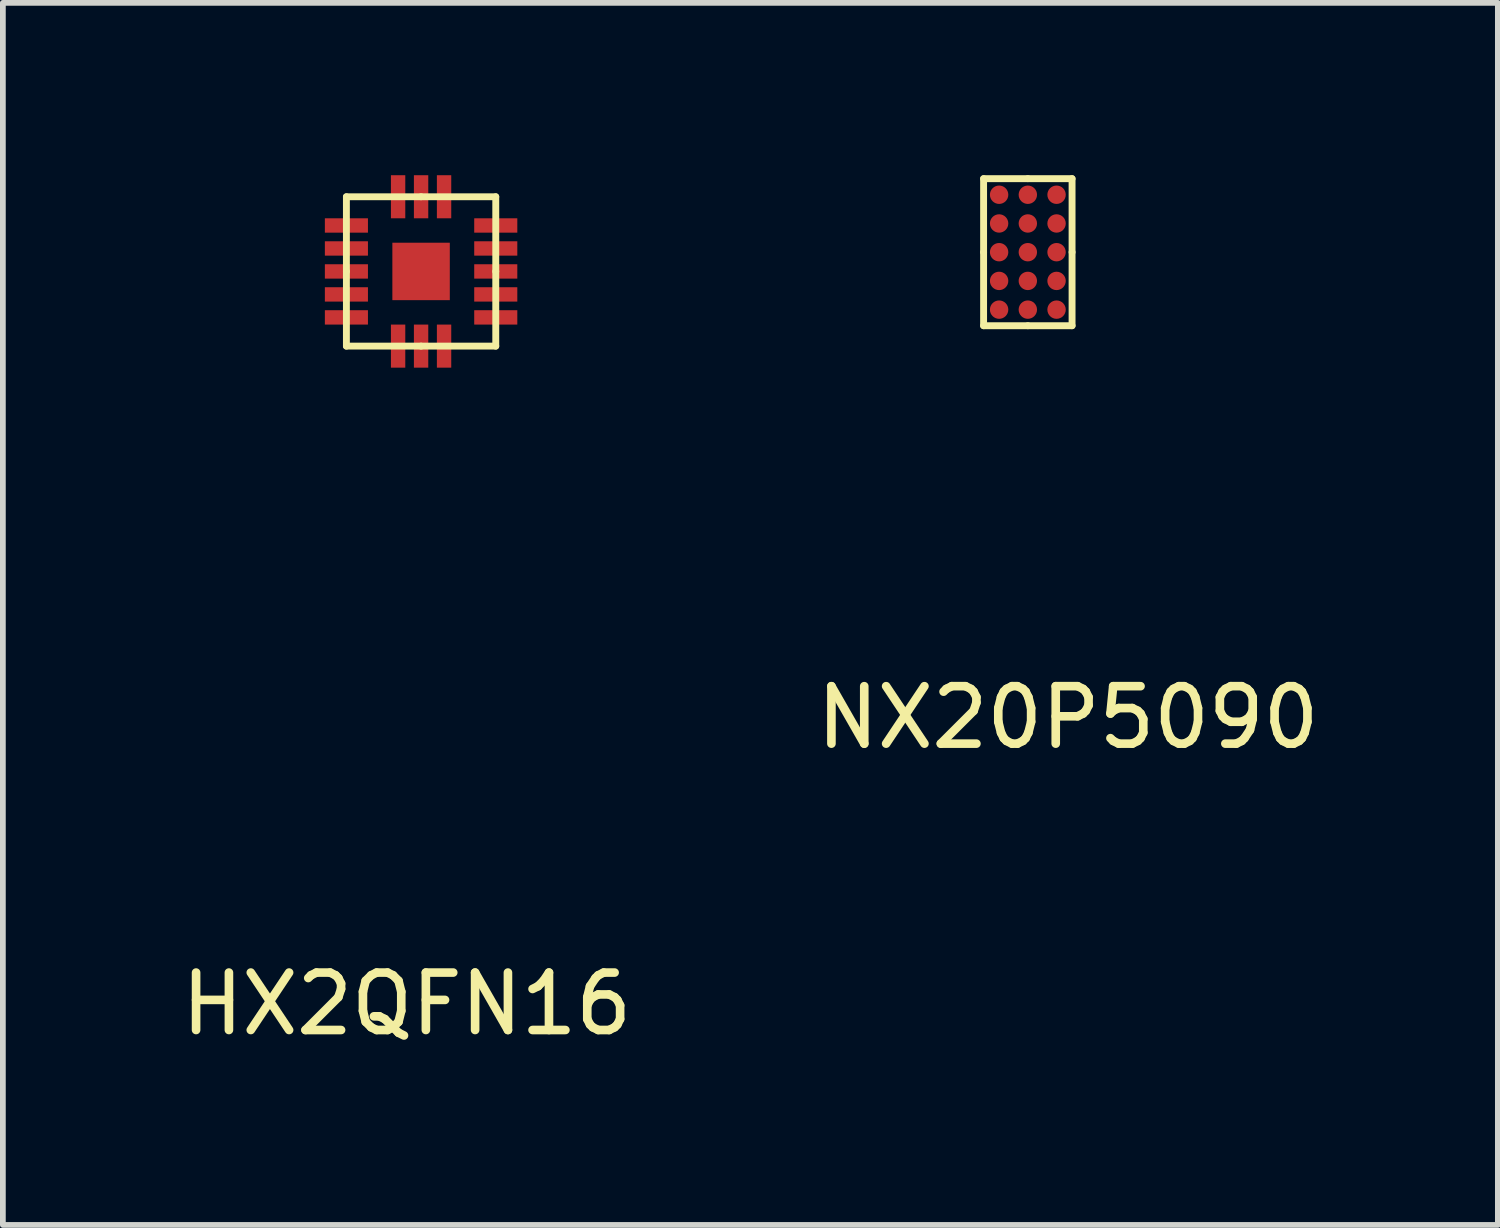
<source format=kicad_pcb>
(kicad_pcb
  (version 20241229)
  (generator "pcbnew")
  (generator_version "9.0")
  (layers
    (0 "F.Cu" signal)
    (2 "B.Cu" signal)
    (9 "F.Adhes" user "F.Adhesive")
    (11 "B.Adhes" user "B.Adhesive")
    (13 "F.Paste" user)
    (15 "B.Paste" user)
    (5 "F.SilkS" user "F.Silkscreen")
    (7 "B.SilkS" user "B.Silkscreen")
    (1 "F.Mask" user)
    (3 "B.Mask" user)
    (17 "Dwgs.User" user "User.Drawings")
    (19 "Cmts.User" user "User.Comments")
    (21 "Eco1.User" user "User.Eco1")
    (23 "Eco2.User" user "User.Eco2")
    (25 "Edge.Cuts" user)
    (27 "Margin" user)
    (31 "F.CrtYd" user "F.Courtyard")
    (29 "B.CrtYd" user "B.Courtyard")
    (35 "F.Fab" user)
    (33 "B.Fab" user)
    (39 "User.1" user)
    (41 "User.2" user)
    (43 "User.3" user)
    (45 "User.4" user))
  (footprint "NX20P5090"
    (layer "F.Cu")
    (at 14.842 1.34)
    (property "Reference" "NX20P5090" (at 0.7 8.1 0) (layer "F.SilkS") (effects (font (size 1 1) (thickness 0.15))))
    (attr through_hole)
    (fp_line (start -0.77 0) (end -0.77 -1.28) (stroke (width 0.12) (type solid)) (layer "F.SilkS"))
    (fp_line (start -0.77 0) (end -0.77 1.28) (stroke (width 0.12) (type solid)) (layer "F.SilkS"))
    (fp_line (start 0 -1.28) (end -0.77 -1.28) (stroke (width 0.12) (type solid)) (layer "F.SilkS"))
    (fp_line (start 0 -1.28) (end 0.77 -1.28) (stroke (width 0.12) (type solid)) (layer "F.SilkS"))
    (fp_line (start 0 1.28) (end -0.77 1.28) (stroke (width 0.12) (type solid)) (layer "F.SilkS"))
    (fp_line (start 0 1.28) (end 0.77 1.28) (stroke (width 0.12) (type solid)) (layer "F.SilkS"))
    (fp_line (start 0.77 0) (end 0.77 -1.28) (stroke (width 0.12) (type solid)) (layer "F.SilkS"))
    (fp_line (start 0.77 0) (end 0.77 1.28) (stroke (width 0.12) (type solid)) (layer "F.SilkS"))
    (pad "A1" smd circle (at -0.5 1) (size 0.32 0.32) (layers "F.Cu" "F.Mask" "F.Paste"))
    (pad "A2" smd circle (at 0 1) (size 0.32 0.32) (layers "F.Cu" "F.Mask" "F.Paste"))
    (pad "A3" smd circle (at 0.5 1) (size 0.32 0.32) (layers "F.Cu" "F.Mask" "F.Paste"))
    (pad "B1" smd circle (at -0.5 0.5) (size 0.32 0.32) (layers "F.Cu" "F.Mask" "F.Paste"))
    (pad "B2" smd circle (at 0 0.5) (size 0.32 0.32) (layers "F.Cu" "F.Mask" "F.Paste"))
    (pad "B3" smd circle (at 0.5 0.5) (size 0.32 0.32) (layers "F.Cu" "F.Mask" "F.Paste"))
    (pad "C1" smd circle (at -0.5 0) (size 0.32 0.32) (layers "F.Cu" "F.Mask" "F.Paste"))
    (pad "C2" smd circle (at 0 0) (size 0.32 0.32) (layers "F.Cu" "F.Mask" "F.Paste"))
    (pad "C3" smd circle (at 0.5 0) (size 0.32 0.32) (layers "F.Cu" "F.Mask" "F.Paste"))
    (pad "D1" smd circle (at -0.5 -0.5) (size 0.32 0.32) (layers "F.Cu" "F.Mask" "F.Paste"))
    (pad "D2" smd circle (at 0 -0.5) (size 0.32 0.32) (layers "F.Cu" "F.Mask" "F.Paste"))
    (pad "D3" smd circle (at 0.5 -0.5) (size 0.32 0.32) (layers "F.Cu" "F.Mask" "F.Paste"))
    (pad "E1" smd circle (at -0.5 -1) (size 0.32 0.32) (layers "F.Cu" "F.Mask" "F.Paste"))
    (pad "E2" smd circle (at 0 -1) (size 0.32 0.32) (layers "F.Cu" "F.Mask" "F.Paste"))
    (pad "E3" smd circle (at 0.5 -1) (size 0.32 0.32) (layers "F.Cu" "F.Mask" "F.Paste")))
  (footprint "HX2QFN16"
    (layer "F.Cu")
    (at 4.28 1.675)
    (property "Reference" "HX2QFN16" (at -0.25 12.75 0) (layer "F.SilkS") (effects (font (size 1 1) (thickness 0.15))))
    (attr through_hole)
    (fp_line (start -1.3 -1.3) (end 0 -1.3) (stroke (width 0.12) (type solid)) (layer "F.SilkS"))
    (fp_line (start -1.3 0) (end -1.3 -1.3) (stroke (width 0.12) (type solid)) (layer "F.SilkS"))
    (fp_line (start -1.3 0) (end -1.3 1.3) (stroke (width 0.12) (type solid)) (layer "F.SilkS"))
    (fp_line (start 0 -1.3) (end 1.3 -1.3) (stroke (width 0.12) (type solid)) (layer "F.SilkS"))
    (fp_line (start 0 1.3) (end -1.3 1.3) (stroke (width 0.12) (type solid)) (layer "F.SilkS"))
    (fp_line (start 1.3 0) (end 1.3 -1.3) (stroke (width 0.12) (type solid)) (layer "F.SilkS"))
    (fp_line (start 1.3 0) (end 1.3 1.3) (stroke (width 0.12) (type solid)) (layer "F.SilkS"))
    (fp_line (start 1.3 1.3) (end 0 1.3) (stroke (width 0.12) (type solid)) (layer "F.SilkS"))
    (pad "1" smd rect (at -1.3 -0.8 180) (size 0.75 0.25) (layers "F.Cu" "F.Mask" "F.Paste"))
    (pad "2" smd rect (at -1.3 -0.4 180) (size 0.75 0.25) (layers "F.Cu" "F.Mask" "F.Paste"))
    (pad "3" smd rect (at -1.3 0 180) (size 0.75 0.25) (layers "F.Cu" "F.Mask" "F.Paste"))
    (pad "4" smd rect (at -1.3 0.4 180) (size 0.75 0.25) (layers "F.Cu" "F.Mask" "F.Paste"))
    (pad "5" smd rect (at -1.3 0.8 180) (size 0.75 0.25) (layers "F.Cu" "F.Mask" "F.Paste"))
    (pad "6" smd rect (at -0.4 1.3 90) (size 0.75 0.25) (layers "F.Cu" "F.Mask" "F.Paste"))
    (pad "7" smd rect (at 0 1.3 90) (size 0.75 0.25) (layers "F.Cu" "F.Mask" "F.Paste"))
    (pad "8" smd rect (at 0.4 1.3 90) (size 0.75 0.25) (layers "F.Cu" "F.Mask" "F.Paste"))
    (pad "9" smd rect (at 1.3 0.8 180) (size 0.75 0.25) (layers "F.Cu" "F.Mask" "F.Paste"))
    (pad "10" smd rect (at 1.3 0.4 180) (size 0.75 0.25) (layers "F.Cu" "F.Mask" "F.Paste"))
    (pad "11" smd rect (at 1.3 0 180) (size 0.75 0.25) (layers "F.Cu" "F.Mask" "F.Paste"))
    (pad "12" smd rect (at 1.3 -0.4 180) (size 0.75 0.25) (layers "F.Cu" "F.Mask" "F.Paste"))
    (pad "13" smd rect (at 1.3 -0.8 180) (size 0.75 0.25) (layers "F.Cu" "F.Mask" "F.Paste"))
    (pad "14" smd rect (at 0.4 -1.3 90) (size 0.75 0.25) (layers "F.Cu" "F.Mask" "F.Paste"))
    (pad "15" smd rect (at 0 -1.3 90) (size 0.75 0.25) (layers "F.Cu" "F.Mask" "F.Paste"))
    (pad "16" smd rect (at -0.4 -1.3 90) (size 0.75 0.25) (layers "F.Cu" "F.Mask" "F.Paste"))
    (pad "17" smd rect (at 0 0) (size 1 1) (layers "F.Cu" "F.Mask" "F.Paste")))
  (gr_rect
    (start -3 -3)
    (end 23.024 18.273)
    (stroke (width 0.1) (type default))
    (fill no)
    (layer "Edge.Cuts")))
</source>
